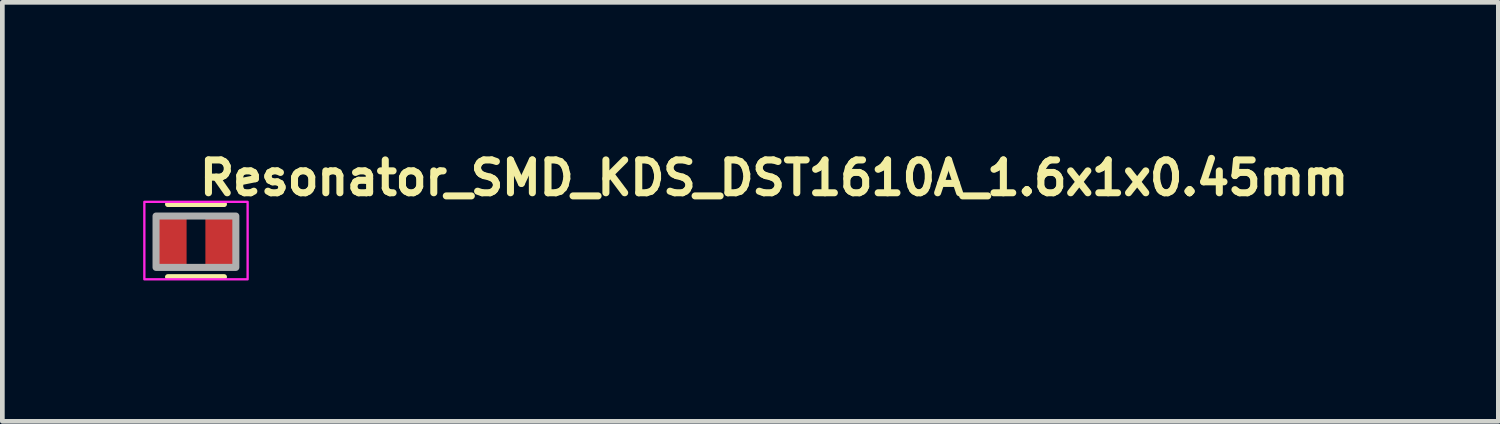
<source format=kicad_pcb>
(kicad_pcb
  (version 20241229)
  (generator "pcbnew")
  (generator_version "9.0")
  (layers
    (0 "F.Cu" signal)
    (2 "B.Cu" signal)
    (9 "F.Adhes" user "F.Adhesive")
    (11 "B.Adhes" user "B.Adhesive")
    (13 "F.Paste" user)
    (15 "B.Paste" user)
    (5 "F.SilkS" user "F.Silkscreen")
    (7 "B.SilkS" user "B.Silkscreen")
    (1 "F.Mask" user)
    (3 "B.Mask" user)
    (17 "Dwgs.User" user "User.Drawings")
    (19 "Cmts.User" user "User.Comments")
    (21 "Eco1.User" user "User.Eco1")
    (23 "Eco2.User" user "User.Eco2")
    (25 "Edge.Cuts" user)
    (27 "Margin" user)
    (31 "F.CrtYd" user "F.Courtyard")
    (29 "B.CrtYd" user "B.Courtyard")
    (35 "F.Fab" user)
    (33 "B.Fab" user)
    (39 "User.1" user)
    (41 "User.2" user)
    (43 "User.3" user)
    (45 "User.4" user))
  (footprint "Resonator_SMD_KDS_DST1610A_1.6x1x0.45mm"
    (layer "F.Cu")
    (at 1.125 2.1)
    (property "Reference" "Resonator_SMD_KDS_DST1610A_1.6x1x0.45mm" (at 0 -0.95 0) (unlocked yes) (layer "F.SilkS") (effects (font (size 0.7 0.7) (thickness 0.15)) (justify left bottom)))
    (attr smd)
    (fp_line (start -0.6 -0.8) (end 0.6 -0.8) (stroke (width 0.12) (type solid)) (layer "F.SilkS"))
    (fp_line (start -0.6 0.75) (end 0.6 0.75) (stroke (width 0.12) (type solid)) (layer "F.SilkS"))
    (fp_rect (start -1.1 -0.85) (end 1.1 0.8) (stroke (width 0.05) (type solid)) (fill no) (layer "F.CrtYd"))
    (fp_rect (start -0.851 -0.548) (end 0.849 0.546) (stroke (width 0.15) (type solid)) (fill no) (layer "F.Fab"))
    (fp_rect (start -0.851 -0.548) (end 0.849 0.546) (stroke (width 0.1) (type solid)) (fill no) (layer "User.5"))
    (fp_line (start -0.851 -0.548) (end -0.851 0.546) (stroke (width 0.02) (type solid)) (layer "User.9"))
    (fp_line (start -0.851 0.546) (end 0.849 0.546) (stroke (width 0.02) (type solid)) (layer "User.9"))
    (fp_line (start -0.724 -0.007) (end -0.724 -0.005) (stroke (width 0.02) (type solid)) (layer "User.9"))
    (fp_line (start -0.724 -0.005) (end -0.724 -0.003) (stroke (width 0.02) (type solid)) (layer "User.9"))
    (fp_line (start -0.724 -0.003) (end -0.724 0) (stroke (width 0.02) (type solid)) (layer "User.9"))
    (fp_line (start -0.724 0) (end -0.724 0) (stroke (width 0.02) (type solid)) (layer "User.9"))
    (fp_line (start -0.724 0) (end -0.724 0.002) (stroke (width 0.02) (type solid)) (layer "User.9"))
    (fp_line (start -0.724 0.002) (end -0.724 0.004) (stroke (width 0.02) (type solid)) (layer "User.9"))
    (fp_line (start -0.724 0.004) (end -0.724 0.006) (stroke (width 0.02) (type solid)) (layer "User.9"))
    (fp_line (start -0.724 0.006) (end -0.723 0.008) (stroke (width 0.02) (type solid)) (layer "User.9"))
    (fp_line (start -0.723 -0.011) (end -0.723 -0.01) (stroke (width 0.02) (type solid)) (layer "User.9"))
    (fp_line (start -0.723 -0.01) (end -0.724 -0.007) (stroke (width 0.02) (type solid)) (layer "User.9"))
    (fp_line (start -0.723 0.008) (end -0.723 0.01) (stroke (width 0.02) (type solid)) (layer "User.9"))
    (fp_line (start -0.723 0.01) (end -0.722 0.012) (stroke (width 0.02) (type solid)) (layer "User.9"))
    (fp_line (start -0.722 -0.014) (end -0.723 -0.011) (stroke (width 0.02) (type solid)) (layer "User.9"))
    (fp_line (start -0.722 0.012) (end -0.721 0.014) (stroke (width 0.02) (type solid)) (layer "User.9"))
    (fp_line (start -0.721 -0.018) (end -0.721 -0.015) (stroke (width 0.02) (type solid)) (layer "User.9"))
    (fp_line (start -0.721 -0.015) (end -0.722 -0.014) (stroke (width 0.02) (type solid)) (layer "User.9"))
    (fp_line (start -0.721 0.014) (end -0.721 0.016) (stroke (width 0.02) (type solid)) (layer "User.9"))
    (fp_line (start -0.721 0.016) (end -0.72 0.018) (stroke (width 0.02) (type solid)) (layer "User.9"))
    (fp_line (start -0.72 -0.019) (end -0.721 -0.018) (stroke (width 0.02) (type solid)) (layer "User.9"))
    (fp_line (start -0.72 0.018) (end -0.719 0.02) (stroke (width 0.02) (type solid)) (layer "User.9"))
    (fp_line (start -0.719 -0.022) (end -0.72 -0.019) (stroke (width 0.02) (type solid)) (layer "User.9"))
    (fp_line (start -0.719 0.02) (end -0.718 0.021) (stroke (width 0.02) (type solid)) (layer "User.9"))
    (fp_line (start -0.718 -0.023) (end -0.719 -0.022) (stroke (width 0.02) (type solid)) (layer "User.9"))
    (fp_line (start -0.718 0.021) (end -0.717 0.022) (stroke (width 0.02) (type solid)) (layer "User.9"))
    (fp_line (start -0.717 -0.024) (end -0.718 -0.023) (stroke (width 0.02) (type solid)) (layer "User.9"))
    (fp_line (start -0.717 0.022) (end -0.716 0.025) (stroke (width 0.02) (type solid)) (layer "User.9"))
    (fp_line (start -0.716 -0.027) (end -0.717 -0.024) (stroke (width 0.02) (type solid)) (layer "User.9"))
    (fp_line (start -0.716 0.025) (end -0.714 0.026) (stroke (width 0.02) (type solid)) (layer "User.9"))
    (fp_line (start -0.714 -0.028) (end -0.716 -0.027) (stroke (width 0.02) (type solid)) (layer "User.9"))
    (fp_line (start -0.714 0.026) (end -0.713 0.028) (stroke (width 0.02) (type solid)) (layer "User.9"))
    (fp_line (start -0.713 -0.03) (end -0.714 -0.028) (stroke (width 0.02) (type solid)) (layer "User.9"))
    (fp_line (start -0.713 0.028) (end -0.712 0.029) (stroke (width 0.02) (type solid)) (layer "User.9"))
    (fp_line (start -0.712 -0.031) (end -0.713 -0.03) (stroke (width 0.02) (type solid)) (layer "User.9"))
    (fp_line (start -0.712 0.029) (end -0.71 0.03) (stroke (width 0.02) (type solid)) (layer "User.9"))
    (fp_line (start -0.71 -0.032) (end -0.712 -0.031) (stroke (width 0.02) (type solid)) (layer "User.9"))
    (fp_line (start -0.71 0.03) (end -0.709 0.032) (stroke (width 0.02) (type solid)) (layer "User.9"))
    (fp_line (start -0.709 -0.034) (end -0.71 -0.032) (stroke (width 0.02) (type solid)) (layer "User.9"))
    (fp_line (start -0.709 0.032) (end -0.707 0.034) (stroke (width 0.02) (type solid)) (layer "User.9"))
    (fp_line (start -0.707 -0.036) (end -0.709 -0.034) (stroke (width 0.02) (type solid)) (layer "User.9"))
    (fp_line (start -0.707 0.034) (end -0.705 0.035) (stroke (width 0.02) (type solid)) (layer "User.9"))
    (fp_line (start -0.705 -0.037) (end -0.707 -0.036) (stroke (width 0.02) (type solid)) (layer "User.9"))
    (fp_line (start -0.705 0.035) (end -0.704 0.036) (stroke (width 0.02) (type solid)) (layer "User.9"))
    (fp_line (start -0.704 -0.037) (end -0.705 -0.037) (stroke (width 0.02) (type solid)) (layer "User.9"))
    (fp_line (start -0.704 0.036) (end -0.703 0.036) (stroke (width 0.02) (type solid)) (layer "User.9"))
    (fp_line (start -0.703 -0.038) (end -0.704 -0.037) (stroke (width 0.02) (type solid)) (layer "User.9"))
    (fp_line (start -0.703 0.036) (end -0.701 0.037) (stroke (width 0.02) (type solid)) (layer "User.9"))
    (fp_line (start -0.701 -0.039) (end -0.703 -0.038) (stroke (width 0.02) (type solid)) (layer "User.9"))
    (fp_line (start -0.701 0.037) (end -0.699 0.038) (stroke (width 0.02) (type solid)) (layer "User.9"))
    (fp_line (start -0.699 -0.04) (end -0.701 -0.039) (stroke (width 0.02) (type solid)) (layer "User.9"))
    (fp_line (start -0.699 0.038) (end -0.697 0.038) (stroke (width 0.02) (type solid)) (layer "User.9"))
    (fp_line (start -0.697 -0.04) (end -0.699 -0.04) (stroke (width 0.02) (type solid)) (layer "User.9"))
    (fp_line (start -0.697 0.038) (end -0.695 0.04) (stroke (width 0.02) (type solid)) (layer "User.9"))
    (fp_line (start -0.695 -0.042) (end -0.697 -0.04) (stroke (width 0.02) (type solid)) (layer "User.9"))
    (fp_line (start -0.695 0.04) (end -0.693 0.041) (stroke (width 0.02) (type solid)) (layer "User.9"))
    (fp_line (start -0.693 -0.043) (end -0.695 -0.042) (stroke (width 0.02) (type solid)) (layer "User.9"))
    (fp_line (start -0.693 0.041) (end -0.691 0.041) (stroke (width 0.02) (type solid)) (layer "User.9"))
    (fp_line (start -0.691 -0.043) (end -0.693 -0.043) (stroke (width 0.02) (type solid)) (layer "User.9"))
    (fp_line (start -0.691 0.041) (end -0.689 0.042) (stroke (width 0.02) (type solid)) (layer "User.9"))
    (fp_line (start -0.689 -0.044) (end -0.691 -0.043) (stroke (width 0.02) (type solid)) (layer "User.9"))
    (fp_line (start -0.689 0.042) (end -0.687 0.042) (stroke (width 0.02) (type solid)) (layer "User.9"))
    (fp_line (start -0.687 -0.044) (end -0.689 -0.044) (stroke (width 0.02) (type solid)) (layer "User.9"))
    (fp_line (start -0.687 0.042) (end -0.685 0.042) (stroke (width 0.02) (type solid)) (layer "User.9"))
    (fp_line (start -0.685 -0.044) (end -0.687 -0.044) (stroke (width 0.02) (type solid)) (layer "User.9"))
    (fp_line (start -0.685 0.042) (end -0.683 0.042) (stroke (width 0.02) (type solid)) (layer "User.9"))
    (fp_line (start -0.683 -0.044) (end -0.685 -0.044) (stroke (width 0.02) (type solid)) (layer "User.9"))
    (fp_line (start -0.683 -0.044) (end -0.683 -0.044) (stroke (width 0.02) (type solid)) (layer "User.9"))
    (fp_line (start -0.683 0.042) (end -0.683 0.042) (stroke (width 0.02) (type solid)) (layer "User.9"))
    (fp_line (start -0.683 0.042) (end -0.68 0.042) (stroke (width 0.02) (type solid)) (layer "User.9"))
    (fp_line (start -0.68 -0.044) (end -0.683 -0.044) (stroke (width 0.02) (type solid)) (layer "User.9"))
    (fp_line (start -0.68 0.042) (end -0.678 0.042) (stroke (width 0.02) (type solid)) (layer "User.9"))
    (fp_line (start -0.678 -0.044) (end -0.68 -0.044) (stroke (width 0.02) (type solid)) (layer "User.9"))
    (fp_line (start -0.678 0.042) (end -0.676 0.042) (stroke (width 0.02) (type solid)) (layer "User.9"))
    (fp_line (start -0.676 -0.044) (end -0.678 -0.044) (stroke (width 0.02) (type solid)) (layer "User.9"))
    (fp_line (start -0.676 0.042) (end -0.674 0.041) (stroke (width 0.02) (type solid)) (layer "User.9"))
    (fp_line (start -0.674 -0.043) (end -0.676 -0.044) (stroke (width 0.02) (type solid)) (layer "User.9"))
    (fp_line (start -0.674 0.041) (end -0.672 0.041) (stroke (width 0.02) (type solid)) (layer "User.9"))
    (fp_line (start -0.672 -0.043) (end -0.674 -0.043) (stroke (width 0.02) (type solid)) (layer "User.9"))
    (fp_line (start -0.672 0.041) (end -0.67 0.04) (stroke (width 0.02) (type solid)) (layer "User.9"))
    (fp_line (start -0.67 -0.042) (end -0.672 -0.043) (stroke (width 0.02) (type solid)) (layer "User.9"))
    (fp_line (start -0.67 0.04) (end -0.668 0.038) (stroke (width 0.02) (type solid)) (layer "User.9"))
    (fp_line (start -0.668 -0.04) (end -0.67 -0.042) (stroke (width 0.02) (type solid)) (layer "User.9"))
    (fp_line (start -0.668 0.038) (end -0.666 0.038) (stroke (width 0.02) (type solid)) (layer "User.9"))
    (fp_line (start -0.666 -0.04) (end -0.668 -0.04) (stroke (width 0.02) (type solid)) (layer "User.9"))
    (fp_line (start -0.666 0.038) (end -0.664 0.037) (stroke (width 0.02) (type solid)) (layer "User.9"))
    (fp_line (start -0.664 -0.039) (end -0.666 -0.04) (stroke (width 0.02) (type solid)) (layer "User.9"))
    (fp_line (start -0.664 0.037) (end -0.662 0.036) (stroke (width 0.02) (type solid)) (layer "User.9"))
    (fp_line (start -0.662 -0.038) (end -0.664 -0.039) (stroke (width 0.02) (type solid)) (layer "User.9"))
    (fp_line (start -0.662 0.036) (end -0.66 0.036) (stroke (width 0.02) (type solid)) (layer "User.9"))
    (fp_line (start -0.66 -0.037) (end -0.662 -0.038) (stroke (width 0.02) (type solid)) (layer "User.9"))
    (fp_line (start -0.66 0.036) (end -0.659 0.035) (stroke (width 0.02) (type solid)) (layer "User.9"))
    (fp_line (start -0.659 -0.037) (end -0.66 -0.037) (stroke (width 0.02) (type solid)) (layer "User.9"))
    (fp_line (start -0.659 0.035) (end -0.657 0.034) (stroke (width 0.02) (type solid)) (layer "User.9"))
    (fp_line (start -0.657 -0.036) (end -0.659 -0.037) (stroke (width 0.02) (type solid)) (layer "User.9"))
    (fp_line (start -0.657 0.034) (end -0.655 0.032) (stroke (width 0.02) (type solid)) (layer "User.9"))
    (fp_line (start -0.655 -0.034) (end -0.657 -0.036) (stroke (width 0.02) (type solid)) (layer "User.9"))
    (fp_line (start -0.655 0.032) (end -0.654 0.03) (stroke (width 0.02) (type solid)) (layer "User.9"))
    (fp_line (start -0.654 -0.032) (end -0.655 -0.034) (stroke (width 0.02) (type solid)) (layer "User.9"))
    (fp_line (start -0.654 0.03) (end -0.652 0.029) (stroke (width 0.02) (type solid)) (layer "User.9"))
    (fp_line (start -0.652 -0.031) (end -0.654 -0.032) (stroke (width 0.02) (type solid)) (layer "User.9"))
    (fp_line (start -0.652 0.029) (end -0.651 0.028) (stroke (width 0.02) (type solid)) (layer "User.9"))
    (fp_line (start -0.651 -0.03) (end -0.652 -0.031) (stroke (width 0.02) (type solid)) (layer "User.9"))
    (fp_line (start -0.651 0.028) (end -0.65 0.026) (stroke (width 0.02) (type solid)) (layer "User.9"))
    (fp_line (start -0.65 -0.028) (end -0.651 -0.03) (stroke (width 0.02) (type solid)) (layer "User.9"))
    (fp_line (start -0.65 0.026) (end -0.648 0.025) (stroke (width 0.02) (type solid)) (layer "User.9"))
    (fp_line (start -0.648 -0.027) (end -0.65 -0.028) (stroke (width 0.02) (type solid)) (layer "User.9"))
    (fp_line (start -0.648 0.025) (end -0.647 0.022) (stroke (width 0.02) (type solid)) (layer "User.9"))
    (fp_line (start -0.647 -0.024) (end -0.648 -0.027) (stroke (width 0.02) (type solid)) (layer "User.9"))
    (fp_line (start -0.647 0.022) (end -0.646 0.021) (stroke (width 0.02) (type solid)) (layer "User.9"))
    (fp_line (start -0.646 -0.023) (end -0.647 -0.024) (stroke (width 0.02) (type solid)) (layer "User.9"))
    (fp_line (start -0.646 0.021) (end -0.645 0.02) (stroke (width 0.02) (type solid)) (layer "User.9"))
    (fp_line (start -0.645 -0.022) (end -0.646 -0.023) (stroke (width 0.02) (type solid)) (layer "User.9"))
    (fp_line (start -0.645 0.02) (end -0.644 0.018) (stroke (width 0.02) (type solid)) (layer "User.9"))
    (fp_line (start -0.644 -0.019) (end -0.645 -0.022) (stroke (width 0.02) (type solid)) (layer "User.9"))
    (fp_line (start -0.644 0.018) (end -0.643 0.016) (stroke (width 0.02) (type solid)) (layer "User.9"))
    (fp_line (start -0.643 -0.018) (end -0.644 -0.019) (stroke (width 0.02) (type solid)) (layer "User.9"))
    (fp_line (start -0.643 -0.015) (end -0.643 -0.018) (stroke (width 0.02) (type solid)) (layer "User.9"))
    (fp_line (start -0.643 0.014) (end -0.642 0.012) (stroke (width 0.02) (type solid)) (layer "User.9"))
    (fp_line (start -0.643 0.016) (end -0.643 0.014) (stroke (width 0.02) (type solid)) (layer "User.9"))
    (fp_line (start -0.642 -0.014) (end -0.643 -0.015) (stroke (width 0.02) (type solid)) (layer "User.9"))
    (fp_line (start -0.642 0.012) (end -0.64 0.01) (stroke (width 0.02) (type solid)) (layer "User.9"))
    (fp_line (start -0.64 -0.011) (end -0.642 -0.014) (stroke (width 0.02) (type solid)) (layer "User.9"))
    (fp_line (start -0.64 -0.01) (end -0.64 -0.011) (stroke (width 0.02) (type solid)) (layer "User.9"))
    (fp_line (start -0.64 0.008) (end -0.639 0.006) (stroke (width 0.02) (type solid)) (layer "User.9"))
    (fp_line (start -0.64 0.01) (end -0.64 0.008) (stroke (width 0.02) (type solid)) (layer "User.9"))
    (fp_line (start -0.639 -0.007) (end -0.64 -0.01) (stroke (width 0.02) (type solid)) (layer "User.9"))
    (fp_line (start -0.639 -0.005) (end -0.639 -0.007) (stroke (width 0.02) (type solid)) (layer "User.9"))
    (fp_line (start -0.639 -0.003) (end -0.639 -0.005) (stroke (width 0.02) (type solid)) (layer "User.9"))
    (fp_line (start -0.639 0) (end -0.639 -0.003) (stroke (width 0.02) (type solid)) (layer "User.9"))
    (fp_line (start -0.639 0) (end -0.639 0) (stroke (width 0.02) (type solid)) (layer "User.9"))
    (fp_line (start -0.639 0) (end -0.639 0) (stroke (width 0.02) (type solid)) (layer "User.9"))
    (fp_line (start -0.639 0.002) (end -0.639 0) (stroke (width 0.02) (type solid)) (layer "User.9"))
    (fp_line (start -0.639 0.004) (end -0.639 0.002) (stroke (width 0.02) (type solid)) (layer "User.9"))
    (fp_line (start -0.639 0.006) (end -0.639 0.004) (stroke (width 0.02) (type solid)) (layer "User.9"))
    (fp_line (start 0.849 -0.548) (end -0.851 -0.548) (stroke (width 0.02) (type solid)) (layer "User.9"))
    (fp_line (start 0.849 0.546) (end 0.849 -0.548) (stroke (width 0.02) (type solid)) (layer "User.9"))
    (pad "1" smd roundrect (at -0.55 0 180) (size 0.7 1.2) (layers "F.Cu" "F.Mask" "F.Paste") (roundrect_rratio 0.1) (chamfer_ratio 0.2) (chamfer))
    (pad "2" smd roundrect (at 0.55 0 180) (size 0.7 1.2) (layers "F.Cu" "F.Mask" "F.Paste") (roundrect_rratio 0.1)))
  (gr_rect
    (start -3 -3)
    (end 28.868 5.925)
    (stroke (width 0.1) (type default))
    (fill no)
    (layer "Edge.Cuts")))
</source>
